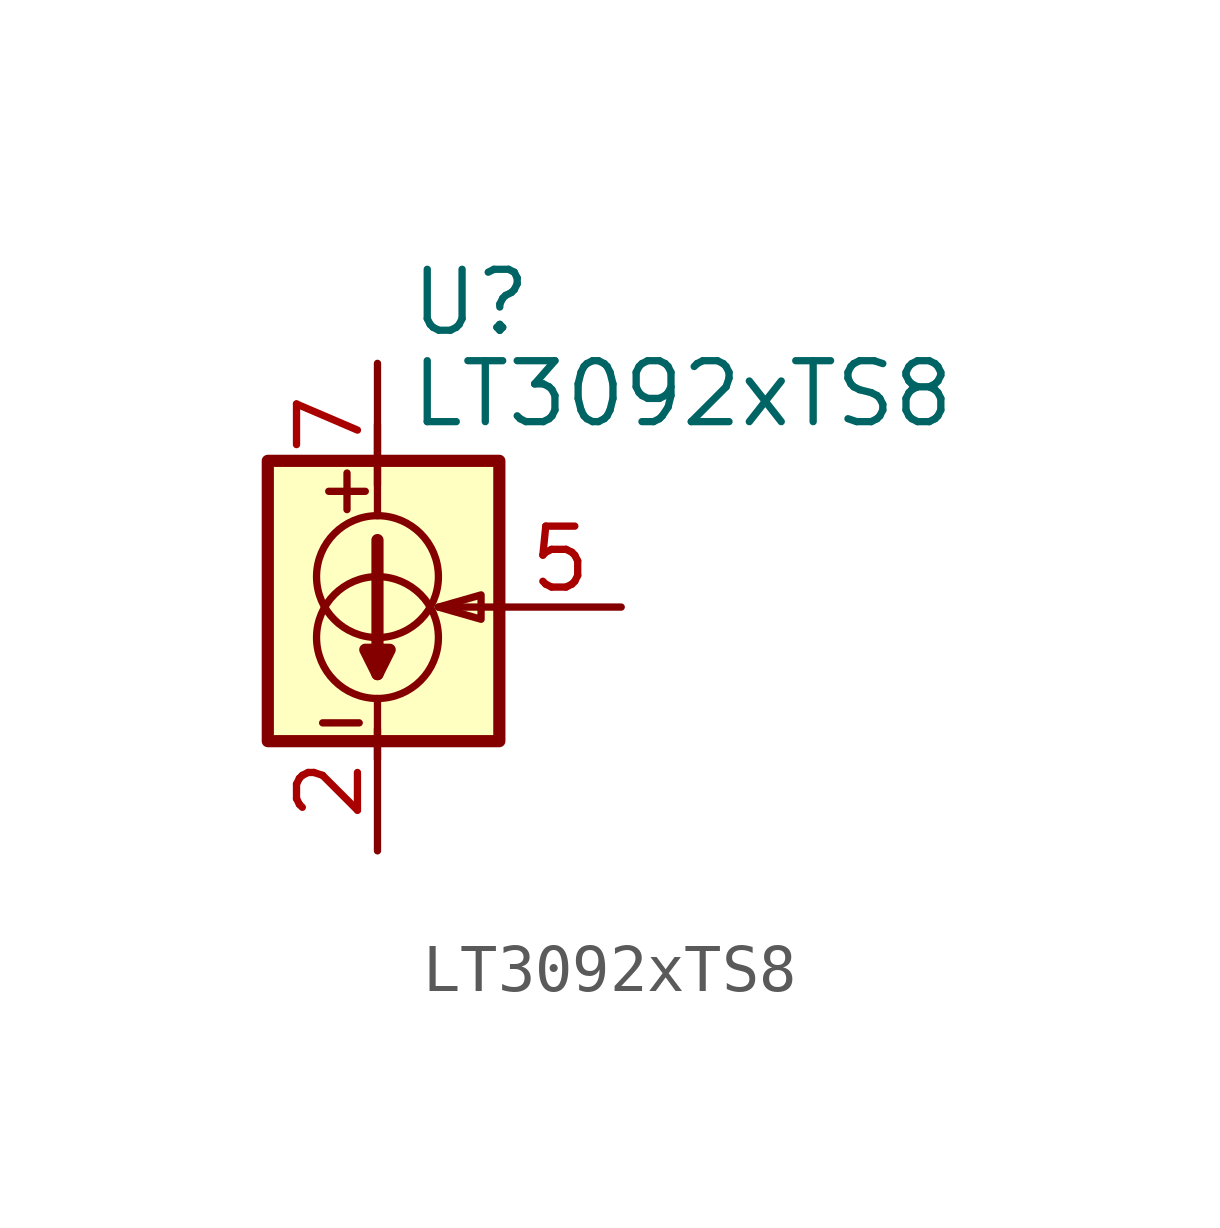
<source format=kicad_sym>
(kicad_symbol_lib
  (version 20200908)
  (generator kicad_symbol_editor)
  (symbol "Reference_Current:LT3092xTS8"
    (property "Reference" "U"
      (at 0.635 6.35 0)
      (effects (font (size 1.27 1.27)) (justify left)))
    (property "Value" "LT3092xTS8"
      (at 0.635 4.445 0)
      (effects (font (size 1.27 1.27)) (justify left)))
    (symbol "LT3092xTS8_0_1"
      (circle (center 0 -0.635) (radius 1.27) (stroke (width 0)) (fill (type none)))
      (circle (center 0 0.635) (radius 1.27) (stroke (width 0)) (fill (type none)))
      (rectangle (start -2.286 3.048) (end 2.54 -2.794) (stroke (width 0.254)) (fill (type background)))
      (polyline (pts (xy -1.143 -2.413) (xy -0.381 -2.413)) (stroke (width 0)) (fill (type none)))
      (polyline (pts (xy -1.016 2.413) (xy -0.254 2.413)) (stroke (width 0)) (fill (type none)))
      (polyline (pts (xy -0.635 2.794) (xy -0.635 2.032)) (stroke (width 0)) (fill (type none)))
      (polyline (pts (xy 0 -1.905) (xy 0 -3.175)) (stroke (width 0)) (fill (type none)))
      (polyline (pts (xy 0 1.397) (xy 0 -1.397)) (stroke (width 0.254)) (fill (type none)))
      (polyline (pts (xy 0 3.81) (xy 0 1.905)) (stroke (width 0)) (fill (type none)))
      (polyline (pts (xy 2.54 0) (xy 1.27 0)) (stroke (width 0)) (fill (type none)))
      (polyline (pts (xy 0 -1.397) (xy -0.254 -0.889) (xy 0.254 -0.889) (xy 0 -1.397)) (stroke (width 0.254)) (fill (type none)))
      (polyline (pts (xy 1.27 0) (xy 2.159 0.254) (xy 2.159 -0.254) (xy 1.27 0)) (stroke (width 0)) (fill (type none))))
    (symbol "LT3092xTS8_1_1"
      (pin unconnected line (at -1.27 2.54 0) (length 2.54) hide (name "NC" (effects (font (size 1.27 1.27)))) (number "1" (effects (font (size 1.27 1.27)))))
      (pin passive line (at 0 -5.08 90) (length 2.54) (name "~" (effects (font (size 1.27 1.27)))) (number "2" (effects (font (size 1.27 1.27)))))
      (pin passive line (at 0 -5.08 90) (length 2.54) hide (name "~" (effects (font (size 1.27 1.27)))) (number "3" (effects (font (size 1.27 1.27)))))
      (pin passive line (at 0 -5.08 90) (length 2.54) hide (name "~" (effects (font (size 1.27 1.27)))) (number "4" (effects (font (size 1.27 1.27)))))
      (pin passive line (at 5.08 0 180) (length 2.54) (name "~" (effects (font (size 1.27 1.27)))) (number "5" (effects (font (size 1.27 1.27)))))
      (pin unconnected line (at -1.27 0 0) (length 2.54) hide (name "NC" (effects (font (size 1.27 1.27)))) (number "6" (effects (font (size 1.27 1.27)))))
      (pin passive line (at 0 5.08 270) (length 2.54) (name "~" (effects (font (size 1.27 1.27)))) (number "7" (effects (font (size 1.27 1.27)))))
      (pin passive line (at 0 5.08 270) (length 2.54) hide (name "~" (effects (font (size 1.27 1.27)))) (number "8" (effects (font (size 1.27 1.27))))))))
</source>
